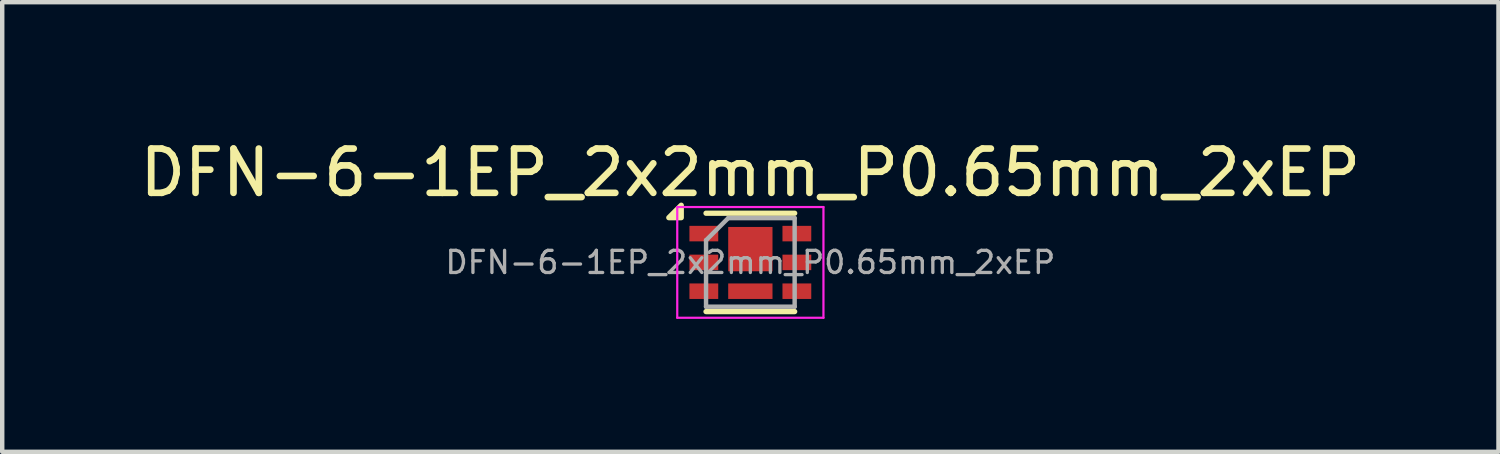
<source format=kicad_pcb>
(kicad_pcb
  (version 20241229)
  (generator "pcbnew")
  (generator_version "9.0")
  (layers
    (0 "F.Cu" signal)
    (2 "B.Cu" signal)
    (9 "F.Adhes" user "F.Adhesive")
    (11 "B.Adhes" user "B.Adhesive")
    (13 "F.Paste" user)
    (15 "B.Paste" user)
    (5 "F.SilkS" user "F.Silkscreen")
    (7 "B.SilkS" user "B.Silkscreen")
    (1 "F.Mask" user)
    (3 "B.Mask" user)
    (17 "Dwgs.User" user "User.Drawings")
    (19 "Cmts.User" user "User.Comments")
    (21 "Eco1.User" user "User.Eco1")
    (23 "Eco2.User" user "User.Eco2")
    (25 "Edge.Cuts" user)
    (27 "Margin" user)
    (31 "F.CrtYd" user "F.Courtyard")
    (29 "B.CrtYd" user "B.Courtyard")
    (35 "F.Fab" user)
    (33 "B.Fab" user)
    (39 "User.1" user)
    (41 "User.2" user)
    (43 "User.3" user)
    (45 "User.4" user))
  (footprint "DFN-6-1EP_2x2mm_P0.65mm_2xEP"
    (layer "F.Cu")
    (at 13.887 2.873)
    (property "Reference" "DFN-6-1EP_2x2mm_P0.65mm_2xEP" (at 0 -2.025 0) (layer "F.SilkS") (effects (font (size 1 1) (thickness 0.15))))
    (attr smd)
    (fp_line (start -1 -1.11) (end 1 -1.11) (stroke (width 0.12) (type solid)) (layer "F.SilkS"))
    (fp_line (start -1 1.11) (end 1 1.11) (stroke (width 0.12) (type solid)) (layer "F.SilkS"))
    (fp_poly (pts (xy -1.56 -1.01) (xy -1.84 -1.01) (xy -1.56 -1.29) (xy -1.56 -1.01)) (stroke (width 0.12) (type solid)) (fill yes) (layer "F.SilkS"))
    (fp_line (start -1.65 -1.25) (end -1.65 1.25) (stroke (width 0.05) (type solid)) (layer "F.CrtYd"))
    (fp_line (start -1.65 -1.25) (end 1.65 -1.25) (stroke (width 0.05) (type solid)) (layer "F.CrtYd"))
    (fp_line (start -1.65 1.25) (end 1.65 1.25) (stroke (width 0.05) (type solid)) (layer "F.CrtYd"))
    (fp_line (start 1.65 -1.25) (end 1.65 1.25) (stroke (width 0.05) (type solid)) (layer "F.CrtYd"))
    (fp_line (start -1 -0.5) (end -0.5 -1) (stroke (width 0.1) (type solid)) (layer "F.Fab"))
    (fp_line (start -1 1) (end -1 -0.5) (stroke (width 0.1) (type solid)) (layer "F.Fab"))
    (fp_line (start -0.5 -1) (end 1 -1) (stroke (width 0.1) (type solid)) (layer "F.Fab"))
    (fp_line (start 1 -1) (end 1 1) (stroke (width 0.1) (type solid)) (layer "F.Fab"))
    (fp_line (start 1 1) (end -1 1) (stroke (width 0.1) (type solid)) (layer "F.Fab"))
    (fp_text user "${REFERENCE}" (at 0 0 0) (layer "F.Fab") (effects (font (size 0.5 0.5) (thickness 0.075))))
    (pad "1" smd rect (at -1.05 -0.65) (size 0.65 0.35) (layers "F.Cu" "F.Mask" "F.Paste"))
    (pad "2" smd rect (at -1.05 0) (size 0.65 0.35) (layers "F.Cu" "F.Mask" "F.Paste"))
    (pad "3" smd rect (at -1.05 0.65) (size 0.65 0.35) (layers "F.Cu" "F.Mask" "F.Paste"))
    (pad "4" smd rect (at 1.05 0.65) (size 0.65 0.35) (layers "F.Cu" "F.Mask" "F.Paste"))
    (pad "5" smd rect (at 1.05 0) (size 0.65 0.35) (layers "F.Cu" "F.Mask" "F.Paste"))
    (pad "6" smd rect (at 1.05 -0.65) (size 0.65 0.35) (layers "F.Cu" "F.Mask" "F.Paste"))
    (pad "7" smd rect (at 0 -0.3) (size 1 1) (layers "F.Cu" "F.Mask" "F.Paste"))
    (pad "8" smd rect (at 0 0.65) (size 1 0.35) (layers "F.Cu" "F.Mask" "F.Paste")))
  (gr_rect
    (start -3 -3)
    (end 30.774 7.148)
    (stroke (width 0.1) (type default))
    (fill no)
    (layer "Edge.Cuts")))
</source>
